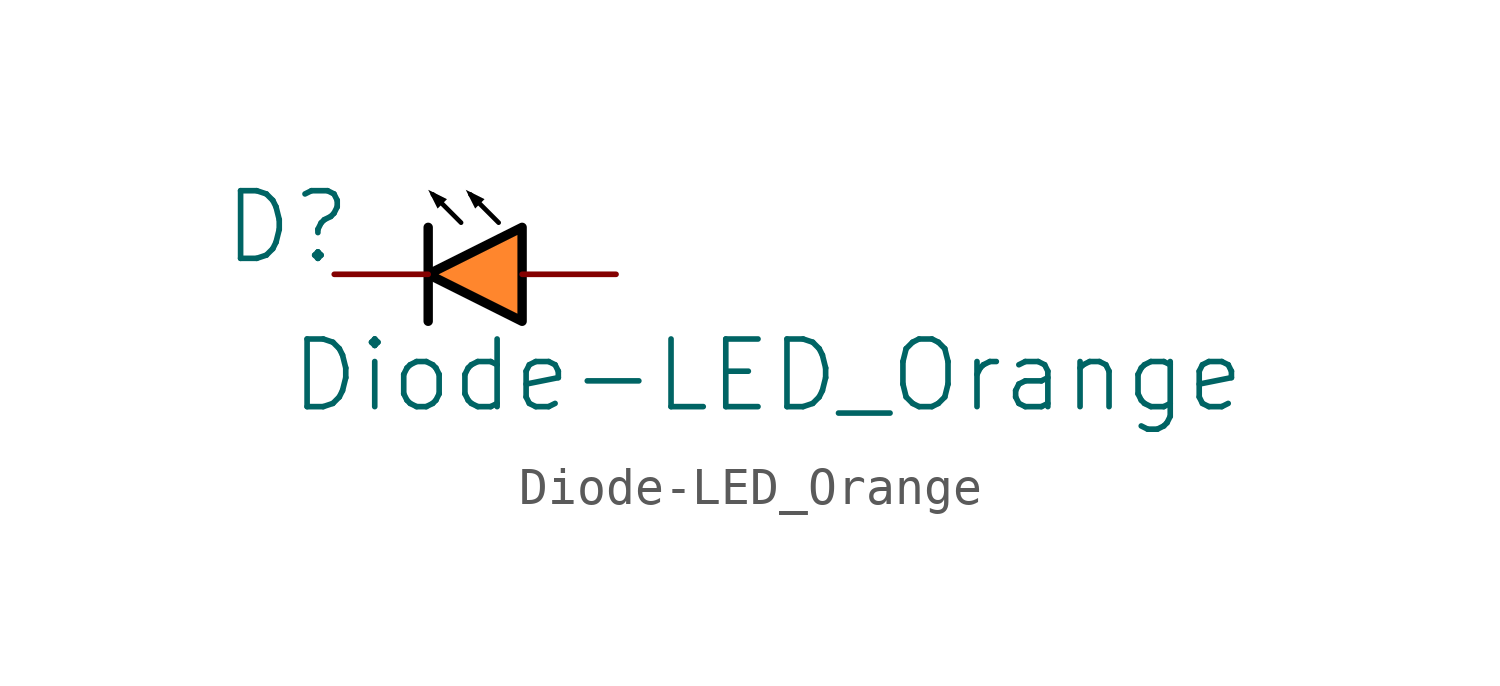
<source format=kicad_sym>
(kicad_symbol_lib
  (version 20231120)
  (generator "kicad_symbol_editor")
  (generator_version "8.0")
  (symbol "Diode-LED_Orange"
    (property "Reference" "D"
      (at -1.27 1.27 0)
      (effects (font (size 1.829 1.829))))
    (property "Value" "Diode-LED_Orange"
      (at -1.27 -3.81 0)
      (effects (font (size 1.829 1.829)) (justify left bottom)))
    (symbol "Diode-LED_Orange_1_0"
      (polyline (pts (xy 2.54 1.27) (xy 2.54 -1.27)) (stroke (width 0.254) (type solid) (color 0 0 0 1)) (fill (type none)))
      (polyline (pts (xy 2.667 2.159) (xy 3.429 1.397)) (stroke (width 0.127) (type solid) (color 0 0 0 1)) (fill (type none)))
      (polyline (pts (xy 3.683 2.159) (xy 4.445 1.397)) (stroke (width 0.127) (type solid) (color 0 0 0 1)) (fill (type none)))
      (polyline (pts (xy 3.048 2.032) (xy 2.794 1.778) (xy 2.54 2.286) (xy 3.048 2.032)) (stroke (width -0.0001) (type solid) (color 0 0 0 1)) (fill (type outline)))
      (polyline (pts (xy 4.064 2.032) (xy 3.81 1.778) (xy 3.556 2.286) (xy 4.064 2.032)) (stroke (width -0.0001) (type solid) (color 0 0 0 1)) (fill (type outline)))
      (polyline (pts (xy 5.08 1.27) (xy 2.54 0) (xy 5.08 -1.27) (xy 5.08 1.27)) (stroke (width 0.254) (type solid) (color 0 0 0 1)) (fill (type color) (color 255 134 45 1)))
      (pin passive line (at 7.62 0 180) (length 2.54) (name "Anode" (effects (font (size 0 0)))) (number "A" (effects (font (size 0 0)))))
      (pin passive line (at 0 0 0) (length 2.54) (name "Cathode" (effects (font (size 0 0)))) (number "K" (effects (font (size 0 0))))))))
</source>
